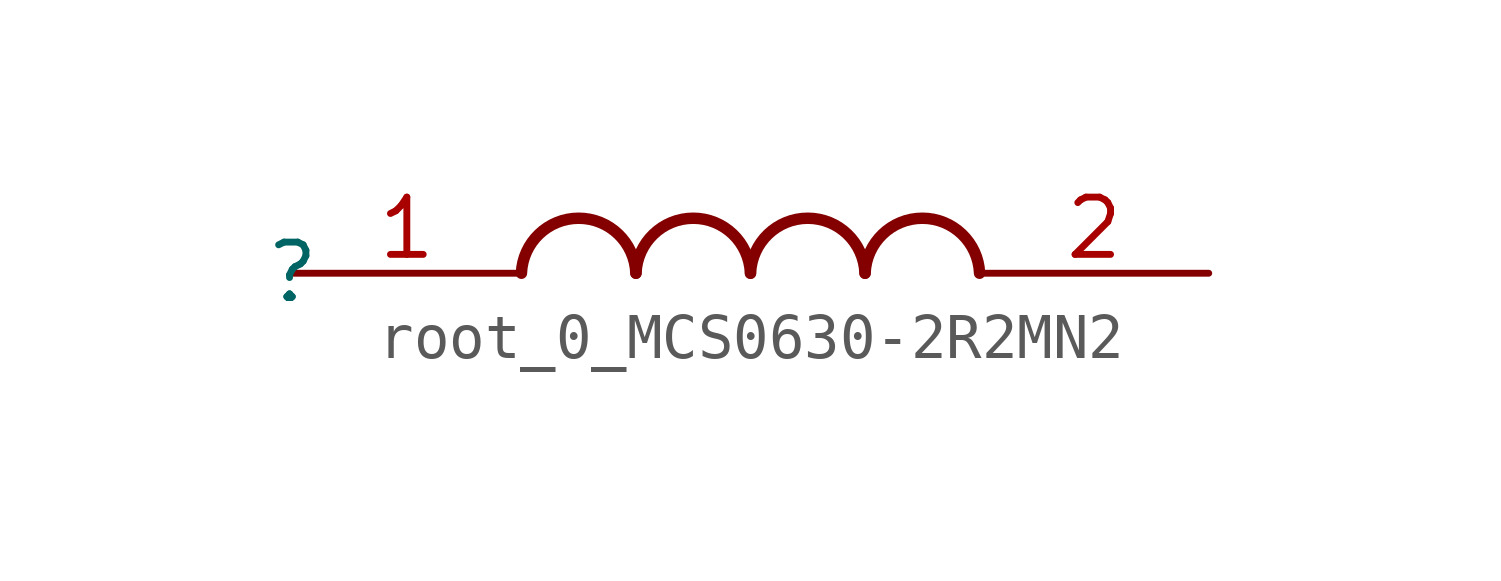
<source format=kicad_sym>
(kicad_symbol_lib
  (version 20231120)
  (generator "kicad_symbol_editor")
  (generator_version "8.0")
  (symbol "root_0_MCS0630-2R2MN2"
    (property "Reference" ""
      (at 0 0 0)
      (effects (font (size 1.27 1.27))))
    (property "Value" ""
      (at 0 0 0)
      (effects (font (size 1.27 1.27))))
    (symbol "root_0_MCS0630-2R2MN2_1_0"
      (arc (start 7.619 0) (mid 6.35 1.219) (end 5.081 -0.0001) (stroke (width 0.254) (type solid)) (fill (type none)))
      (arc (start 10.159 0) (mid 8.89 1.219) (end 7.621 -0.0001) (stroke (width 0.254) (type solid)) (fill (type none)))
      (arc (start 12.699 0) (mid 11.43 1.219) (end 10.161 -0.0001) (stroke (width 0.254) (type solid)) (fill (type none)))
      (arc (start 15.239 0) (mid 13.97 1.219) (end 12.701 -0.0001) (stroke (width 0.254) (type solid)) (fill (type none)))
      (pin passive line (at 0 0 0) (length 5.08) (name "1" (effects (font (size 0 0)))) (number "1" (effects (font (size 1.27 1.27)))))
      (pin passive line (at 20.32 0 180) (length 5.08) (name "2" (effects (font (size 0 0)))) (number "2" (effects (font (size 1.27 1.27))))))))
</source>
